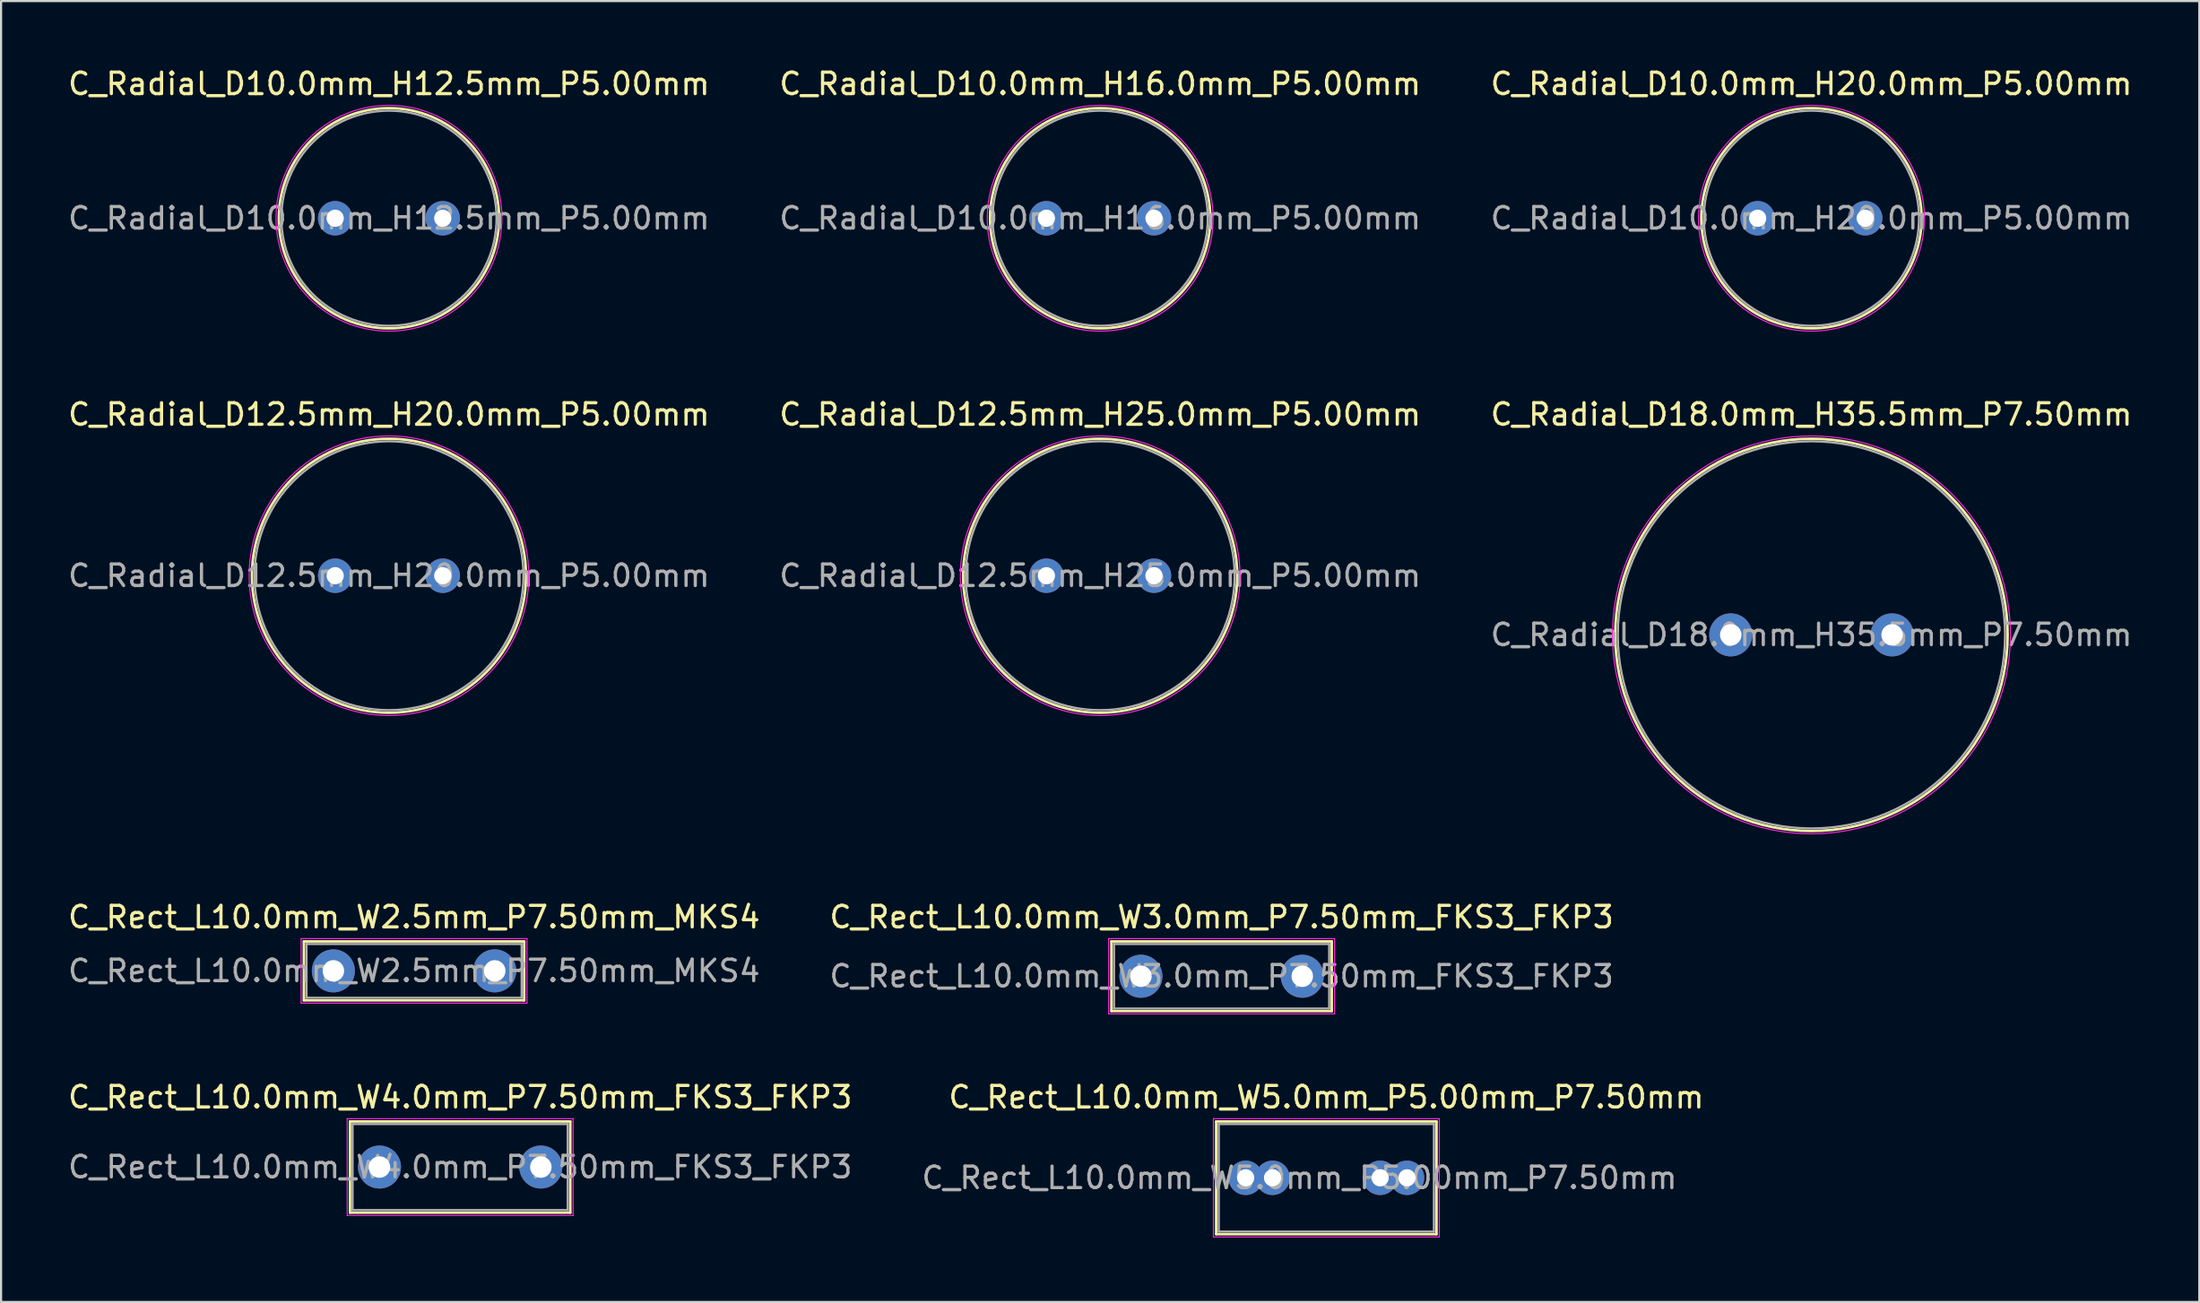
<source format=kicad_pcb>
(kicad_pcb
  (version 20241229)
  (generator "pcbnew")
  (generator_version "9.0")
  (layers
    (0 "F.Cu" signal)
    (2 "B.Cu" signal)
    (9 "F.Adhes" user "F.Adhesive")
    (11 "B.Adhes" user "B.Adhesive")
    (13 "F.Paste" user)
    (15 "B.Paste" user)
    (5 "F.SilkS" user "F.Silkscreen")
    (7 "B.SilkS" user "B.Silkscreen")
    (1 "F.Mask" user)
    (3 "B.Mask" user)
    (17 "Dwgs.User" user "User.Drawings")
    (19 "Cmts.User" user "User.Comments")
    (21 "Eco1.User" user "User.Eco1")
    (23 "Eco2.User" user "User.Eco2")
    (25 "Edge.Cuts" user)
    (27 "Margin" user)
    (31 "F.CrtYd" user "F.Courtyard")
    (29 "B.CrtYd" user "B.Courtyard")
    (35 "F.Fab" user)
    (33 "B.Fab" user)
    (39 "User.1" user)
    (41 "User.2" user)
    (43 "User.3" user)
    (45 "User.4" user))
  (footprint "C_Radial_D10.0mm_H16.0mm_P5.00mm"
    (layer "F.Cu")
    (at 45.589 7.098)
    (property "Reference" "C_Radial_D10.0mm_H16.0mm_P5.00mm" (at 2.5 -6.25 0) (layer "F.SilkS") (effects (font (size 1 1) (thickness 0.15))))
    (attr through_hole)
    (fp_circle (center 2.5 0) (end 7.62 0) (stroke (width 0.12) (type solid)) (fill no) (layer "F.SilkS"))
    (fp_circle (center 2.5 0) (end 7.75 0) (stroke (width 0.05) (type solid)) (fill no) (layer "F.CrtYd"))
    (fp_circle (center 2.5 0) (end 7.5 0) (stroke (width 0.1) (type solid)) (fill no) (layer "F.Fab"))
    (fp_text user "${REFERENCE}" (at 2.5 0 0) (layer "F.Fab") (effects (font (size 1 1) (thickness 0.15))))
    (pad "1" thru_hole circle (at 0 0) (size 1.6 1.6) (drill 0.8) (layers "*.Cu" "*.Mask"))
    (pad "2" thru_hole circle (at 5 0) (size 1.6 1.6) (drill 0.8) (layers "*.Cu" "*.Mask")))
  (footprint "C_Radial_D10.0mm_H12.5mm_P5.00mm"
    (layer "F.Cu")
    (at 12.53 7.098)
    (property "Reference" "C_Radial_D10.0mm_H12.5mm_P5.00mm" (at 2.5 -6.25 0) (layer "F.SilkS") (effects (font (size 1 1) (thickness 0.15))))
    (attr through_hole)
    (fp_circle (center 2.5 0) (end 7.62 0) (stroke (width 0.12) (type solid)) (fill no) (layer "F.SilkS"))
    (fp_circle (center 2.5 0) (end 7.75 0) (stroke (width 0.05) (type solid)) (fill no) (layer "F.CrtYd"))
    (fp_circle (center 2.5 0) (end 7.5 0) (stroke (width 0.1) (type solid)) (fill no) (layer "F.Fab"))
    (fp_text user "${REFERENCE}" (at 2.5 0 0) (layer "F.Fab") (effects (font (size 1 1) (thickness 0.15))))
    (pad "1" thru_hole circle (at 0 0) (size 1.6 1.6) (drill 0.8) (layers "*.Cu" "*.Mask"))
    (pad "2" thru_hole circle (at 5 0) (size 1.6 1.6) (drill 0.8) (layers "*.Cu" "*.Mask")))
  (footprint "C_Radial_D12.5mm_H25.0mm_P5.00mm"
    (layer "F.Cu")
    (at 45.589 23.721)
    (property "Reference" "C_Radial_D12.5mm_H25.0mm_P5.00mm" (at 2.5 -7.5 0) (layer "F.SilkS") (effects (font (size 1 1) (thickness 0.15))))
    (attr through_hole)
    (fp_circle (center 2.5 0) (end 8.87 0) (stroke (width 0.12) (type solid)) (fill no) (layer "F.SilkS"))
    (fp_circle (center 2.5 0) (end 9 0) (stroke (width 0.05) (type solid)) (fill no) (layer "F.CrtYd"))
    (fp_circle (center 2.5 0) (end 8.75 0) (stroke (width 0.1) (type solid)) (fill no) (layer "F.Fab"))
    (fp_text user "${REFERENCE}" (at 2.5 0 0) (layer "F.Fab") (effects (font (size 1 1) (thickness 0.15))))
    (pad "1" thru_hole circle (at 0 0) (size 1.6 1.6) (drill 0.8) (layers "*.Cu" "*.Mask"))
    (pad "2" thru_hole circle (at 5 0) (size 1.6 1.6) (drill 0.8) (layers "*.Cu" "*.Mask")))
  (footprint "C_Radial_D12.5mm_H20.0mm_P5.00mm"
    (layer "F.Cu")
    (at 12.53 23.721)
    (property "Reference" "C_Radial_D12.5mm_H20.0mm_P5.00mm" (at 2.5 -7.5 0) (layer "F.SilkS") (effects (font (size 1 1) (thickness 0.15))))
    (attr through_hole)
    (fp_circle (center 2.5 0) (end 8.87 0) (stroke (width 0.12) (type solid)) (fill no) (layer "F.SilkS"))
    (fp_circle (center 2.5 0) (end 9 0) (stroke (width 0.05) (type solid)) (fill no) (layer "F.CrtYd"))
    (fp_circle (center 2.5 0) (end 8.75 0) (stroke (width 0.1) (type solid)) (fill no) (layer "F.Fab"))
    (fp_text user "${REFERENCE}" (at 2.5 0 0) (layer "F.Fab") (effects (font (size 1 1) (thickness 0.15))))
    (pad "1" thru_hole circle (at 0 0) (size 1.6 1.6) (drill 0.8) (layers "*.Cu" "*.Mask"))
    (pad "2" thru_hole circle (at 5 0) (size 1.6 1.6) (drill 0.8) (layers "*.Cu" "*.Mask")))
  (footprint "C_Rect_L10.0mm_W5.0mm_P5.00mm_P7.50mm"
    (layer "F.Cu")
    (at 54.851 51.718)
    (property "Reference" "C_Rect_L10.0mm_W5.0mm_P5.00mm_P7.50mm" (at 3.75 -3.75 0) (layer "F.SilkS") (effects (font (size 1 1) (thickness 0.15))))
    (attr through_hole)
    (fp_line (start -1.37 -2.62) (end -1.37 2.62) (stroke (width 0.12) (type solid)) (layer "F.SilkS"))
    (fp_line (start -1.37 -2.62) (end 8.87 -2.62) (stroke (width 0.12) (type solid)) (layer "F.SilkS"))
    (fp_line (start -1.37 2.62) (end 8.87 2.62) (stroke (width 0.12) (type solid)) (layer "F.SilkS"))
    (fp_line (start 8.87 -2.62) (end 8.87 2.62) (stroke (width 0.12) (type solid)) (layer "F.SilkS"))
    (fp_line (start -1.5 -2.75) (end -1.5 2.75) (stroke (width 0.05) (type solid)) (layer "F.CrtYd"))
    (fp_line (start -1.5 2.75) (end 9 2.75) (stroke (width 0.05) (type solid)) (layer "F.CrtYd"))
    (fp_line (start 9 -2.75) (end -1.5 -2.75) (stroke (width 0.05) (type solid)) (layer "F.CrtYd"))
    (fp_line (start 9 2.75) (end 9 -2.75) (stroke (width 0.05) (type solid)) (layer "F.CrtYd"))
    (fp_line (start -1.25 -2.5) (end -1.25 2.5) (stroke (width 0.1) (type solid)) (layer "F.Fab"))
    (fp_line (start -1.25 2.5) (end 8.75 2.5) (stroke (width 0.1) (type solid)) (layer "F.Fab"))
    (fp_line (start 8.75 -2.5) (end -1.25 -2.5) (stroke (width 0.1) (type solid)) (layer "F.Fab"))
    (fp_line (start 8.75 2.5) (end 8.75 -2.5) (stroke (width 0.1) (type solid)) (layer "F.Fab"))
    (fp_text user "${REFERENCE}" (at 2.5 0 0) (layer "F.Fab") (effects (font (size 1 1) (thickness 0.15))))
    (pad "1" thru_hole circle (at 0 0) (size 1.6 1.6) (drill 0.8) (layers "*.Cu" "*.Mask"))
    (pad "1" thru_hole circle (at 1.25 0) (size 1.6 1.6) (drill 0.8) (layers "*.Cu" "*.Mask"))
    (pad "2" thru_hole circle (at 6.25 0) (size 1.6 1.6) (drill 0.8) (layers "*.Cu" "*.Mask"))
    (pad "2" thru_hole circle (at 7.5 0) (size 1.6 1.6) (drill 0.8) (layers "*.Cu" "*.Mask")))
  (footprint "C_Radial_D10.0mm_H20.0mm_P5.00mm"
    (layer "F.Cu")
    (at 78.649 7.098)
    (property "Reference" "C_Radial_D10.0mm_H20.0mm_P5.00mm" (at 2.5 -6.25 0) (layer "F.SilkS") (effects (font (size 1 1) (thickness 0.15))))
    (attr through_hole)
    (fp_circle (center 2.5 0) (end 7.62 0) (stroke (width 0.12) (type solid)) (fill no) (layer "F.SilkS"))
    (fp_circle (center 2.5 0) (end 7.75 0) (stroke (width 0.05) (type solid)) (fill no) (layer "F.CrtYd"))
    (fp_circle (center 2.5 0) (end 7.5 0) (stroke (width 0.1) (type solid)) (fill no) (layer "F.Fab"))
    (fp_text user "${REFERENCE}" (at 2.5 0 0) (layer "F.Fab") (effects (font (size 1 1) (thickness 0.15))))
    (pad "1" thru_hole circle (at 0 0) (size 1.6 1.6) (drill 0.8) (layers "*.Cu" "*.Mask"))
    (pad "2" thru_hole circle (at 5 0) (size 1.6 1.6) (drill 0.8) (layers "*.Cu" "*.Mask")))
  (footprint "C_Rect_L10.0mm_W4.0mm_P7.50mm_FKS3_FKP3"
    (layer "F.Cu")
    (at 14.589 51.218)
    (property "Reference" "C_Rect_L10.0mm_W4.0mm_P7.50mm_FKS3_FKP3" (at 3.75 -3.25 0) (layer "F.SilkS") (effects (font (size 1 1) (thickness 0.15))))
    (attr through_hole)
    (fp_line (start -1.37 -2.12) (end -1.37 2.12) (stroke (width 0.12) (type solid)) (layer "F.SilkS"))
    (fp_line (start -1.37 -2.12) (end 8.87 -2.12) (stroke (width 0.12) (type solid)) (layer "F.SilkS"))
    (fp_line (start -1.37 2.12) (end 8.87 2.12) (stroke (width 0.12) (type solid)) (layer "F.SilkS"))
    (fp_line (start 8.87 -2.12) (end 8.87 2.12) (stroke (width 0.12) (type solid)) (layer "F.SilkS"))
    (fp_line (start -1.5 -2.25) (end -1.5 2.25) (stroke (width 0.05) (type solid)) (layer "F.CrtYd"))
    (fp_line (start -1.5 2.25) (end 9 2.25) (stroke (width 0.05) (type solid)) (layer "F.CrtYd"))
    (fp_line (start 9 -2.25) (end -1.5 -2.25) (stroke (width 0.05) (type solid)) (layer "F.CrtYd"))
    (fp_line (start 9 2.25) (end 9 -2.25) (stroke (width 0.05) (type solid)) (layer "F.CrtYd"))
    (fp_line (start -1.25 -2) (end -1.25 2) (stroke (width 0.1) (type solid)) (layer "F.Fab"))
    (fp_line (start -1.25 2) (end 8.75 2) (stroke (width 0.1) (type solid)) (layer "F.Fab"))
    (fp_line (start 8.75 -2) (end -1.25 -2) (stroke (width 0.1) (type solid)) (layer "F.Fab"))
    (fp_line (start 8.75 2) (end 8.75 -2) (stroke (width 0.1) (type solid)) (layer "F.Fab"))
    (fp_text user "${REFERENCE}" (at 3.75 0 0) (layer "F.Fab") (effects (font (size 1 1) (thickness 0.15))))
    (pad "1" thru_hole circle (at 0 0) (size 2 2) (drill 1) (layers "*.Cu" "*.Mask"))
    (pad "2" thru_hole circle (at 7.5 0) (size 2 2) (drill 1) (layers "*.Cu" "*.Mask")))
  (footprint "C_Radial_D18.0mm_H35.5mm_P7.50mm"
    (layer "F.Cu")
    (at 77.399 26.471)
    (property "Reference" "C_Radial_D18.0mm_H35.5mm_P7.50mm" (at 3.75 -10.25 0) (layer "F.SilkS") (effects (font (size 1 1) (thickness 0.15))))
    (attr through_hole)
    (fp_circle (center 3.75 0) (end 12.87 0) (stroke (width 0.12) (type solid)) (fill no) (layer "F.SilkS"))
    (fp_circle (center 3.75 0) (end 13 0) (stroke (width 0.05) (type solid)) (fill no) (layer "F.CrtYd"))
    (fp_circle (center 3.75 0) (end 12.75 0) (stroke (width 0.1) (type solid)) (fill no) (layer "F.Fab"))
    (fp_text user "${REFERENCE}" (at 3.75 0 0) (layer "F.Fab") (effects (font (size 1 1) (thickness 0.15))))
    (pad "1" thru_hole circle (at 0 0) (size 2 2) (drill 1) (layers "*.Cu" "*.Mask"))
    (pad "2" thru_hole circle (at 7.5 0) (size 2 2) (drill 1) (layers "*.Cu" "*.Mask")))
  (footprint "C_Rect_L10.0mm_W3.0mm_P7.50mm_FKS3_FKP3"
    (layer "F.Cu")
    (at 49.982 42.345)
    (property "Reference" "C_Rect_L10.0mm_W3.0mm_P7.50mm_FKS3_FKP3" (at 3.75 -2.75 0) (layer "F.SilkS") (effects (font (size 1 1) (thickness 0.15))))
    (attr through_hole)
    (fp_line (start -1.37 -1.62) (end -1.37 1.62) (stroke (width 0.12) (type solid)) (layer "F.SilkS"))
    (fp_line (start -1.37 -1.62) (end 8.87 -1.62) (stroke (width 0.12) (type solid)) (layer "F.SilkS"))
    (fp_line (start -1.37 1.62) (end 8.87 1.62) (stroke (width 0.12) (type solid)) (layer "F.SilkS"))
    (fp_line (start 8.87 -1.62) (end 8.87 1.62) (stroke (width 0.12) (type solid)) (layer "F.SilkS"))
    (fp_line (start -1.5 -1.75) (end -1.5 1.75) (stroke (width 0.05) (type solid)) (layer "F.CrtYd"))
    (fp_line (start -1.5 1.75) (end 9 1.75) (stroke (width 0.05) (type solid)) (layer "F.CrtYd"))
    (fp_line (start 9 -1.75) (end -1.5 -1.75) (stroke (width 0.05) (type solid)) (layer "F.CrtYd"))
    (fp_line (start 9 1.75) (end 9 -1.75) (stroke (width 0.05) (type solid)) (layer "F.CrtYd"))
    (fp_line (start -1.25 -1.5) (end -1.25 1.5) (stroke (width 0.1) (type solid)) (layer "F.Fab"))
    (fp_line (start -1.25 1.5) (end 8.75 1.5) (stroke (width 0.1) (type solid)) (layer "F.Fab"))
    (fp_line (start 8.75 -1.5) (end -1.25 -1.5) (stroke (width 0.1) (type solid)) (layer "F.Fab"))
    (fp_line (start 8.75 1.5) (end 8.75 -1.5) (stroke (width 0.1) (type solid)) (layer "F.Fab"))
    (fp_text user "${REFERENCE}" (at 3.75 0 0) (layer "F.Fab") (effects (font (size 1 1) (thickness 0.15))))
    (pad "1" thru_hole circle (at 0 0) (size 2 2) (drill 1) (layers "*.Cu" "*.Mask"))
    (pad "2" thru_hole circle (at 7.5 0) (size 2 2) (drill 1) (layers "*.Cu" "*.Mask")))
  (footprint "C_Rect_L10.0mm_W2.5mm_P7.50mm_MKS4"
    (layer "F.Cu")
    (at 12.446 42.095)
    (property "Reference" "C_Rect_L10.0mm_W2.5mm_P7.50mm_MKS4" (at 3.75 -2.5 0) (layer "F.SilkS") (effects (font (size 1 1) (thickness 0.15))))
    (attr through_hole)
    (fp_line (start -1.37 -1.37) (end -1.37 1.37) (stroke (width 0.12) (type solid)) (layer "F.SilkS"))
    (fp_line (start -1.37 -1.37) (end 8.87 -1.37) (stroke (width 0.12) (type solid)) (layer "F.SilkS"))
    (fp_line (start -1.37 1.37) (end 8.87 1.37) (stroke (width 0.12) (type solid)) (layer "F.SilkS"))
    (fp_line (start 8.87 -1.37) (end 8.87 1.37) (stroke (width 0.12) (type solid)) (layer "F.SilkS"))
    (fp_line (start -1.5 -1.5) (end -1.5 1.5) (stroke (width 0.05) (type solid)) (layer "F.CrtYd"))
    (fp_line (start -1.5 1.5) (end 9 1.5) (stroke (width 0.05) (type solid)) (layer "F.CrtYd"))
    (fp_line (start 9 -1.5) (end -1.5 -1.5) (stroke (width 0.05) (type solid)) (layer "F.CrtYd"))
    (fp_line (start 9 1.5) (end 9 -1.5) (stroke (width 0.05) (type solid)) (layer "F.CrtYd"))
    (fp_line (start -1.25 -1.25) (end -1.25 1.25) (stroke (width 0.1) (type solid)) (layer "F.Fab"))
    (fp_line (start -1.25 1.25) (end 8.75 1.25) (stroke (width 0.1) (type solid)) (layer "F.Fab"))
    (fp_line (start 8.75 -1.25) (end -1.25 -1.25) (stroke (width 0.1) (type solid)) (layer "F.Fab"))
    (fp_line (start 8.75 1.25) (end 8.75 -1.25) (stroke (width 0.1) (type solid)) (layer "F.Fab"))
    (fp_text user "${REFERENCE}" (at 3.75 0 0) (layer "F.Fab") (effects (font (size 1 1) (thickness 0.15))))
    (pad "1" thru_hole circle (at 0 0) (size 2 2) (drill 1) (layers "*.Cu" "*.Mask"))
    (pad "2" thru_hole circle (at 7.5 0) (size 2 2) (drill 1) (layers "*.Cu" "*.Mask")))
  (gr_rect
    (start -3 -3)
    (end 99.179 57.493)
    (stroke (width 0.1) (type default))
    (fill no)
    (layer "Edge.Cuts")))
</source>
